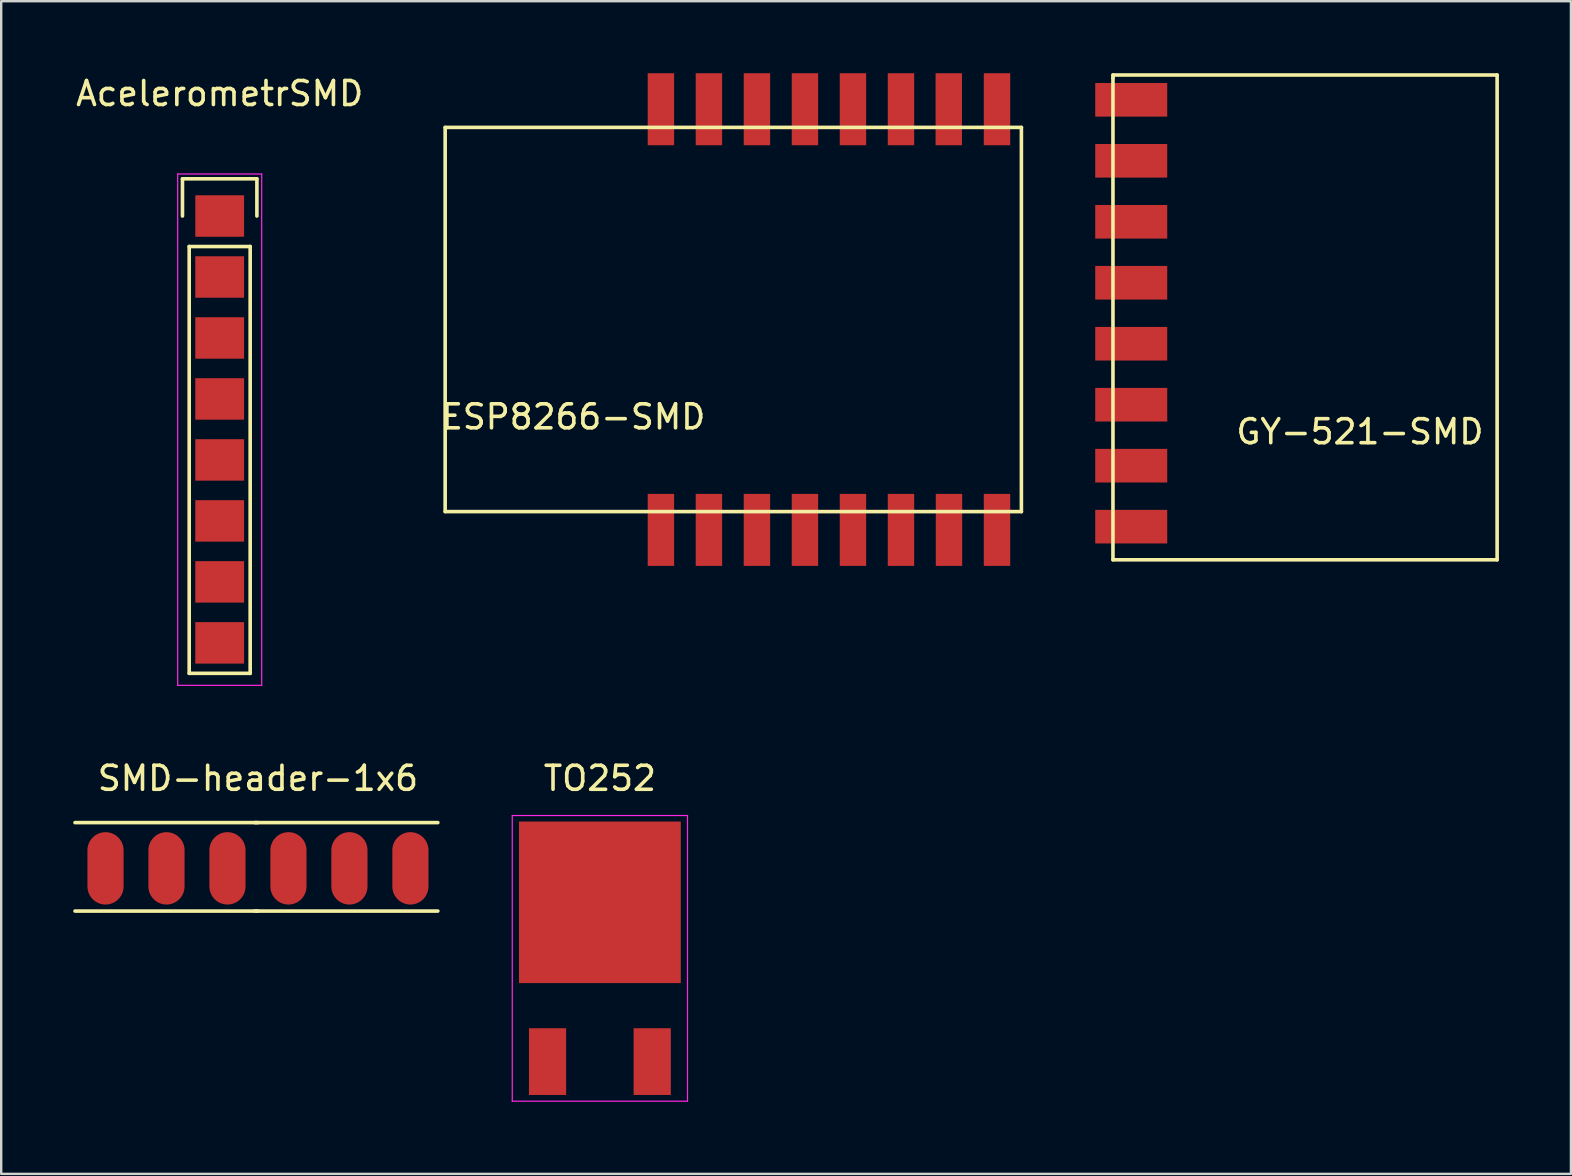
<source format=kicad_pcb>
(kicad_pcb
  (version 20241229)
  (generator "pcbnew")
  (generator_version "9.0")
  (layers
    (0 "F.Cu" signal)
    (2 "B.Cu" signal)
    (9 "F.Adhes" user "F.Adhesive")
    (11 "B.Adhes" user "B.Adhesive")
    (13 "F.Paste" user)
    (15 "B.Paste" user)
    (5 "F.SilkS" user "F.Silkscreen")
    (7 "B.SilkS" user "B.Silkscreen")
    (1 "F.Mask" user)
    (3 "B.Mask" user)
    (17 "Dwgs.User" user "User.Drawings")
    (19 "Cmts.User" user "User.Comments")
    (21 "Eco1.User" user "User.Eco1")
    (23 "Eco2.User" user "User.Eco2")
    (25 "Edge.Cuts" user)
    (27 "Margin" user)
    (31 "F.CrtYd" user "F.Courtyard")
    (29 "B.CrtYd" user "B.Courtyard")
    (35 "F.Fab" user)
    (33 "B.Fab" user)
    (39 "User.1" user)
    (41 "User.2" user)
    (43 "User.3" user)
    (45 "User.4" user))
  (footprint "GY-521-SMD"
    (layer "F.Cu")
    (at 51.311 10.108)
    (property "Reference" "GY-521-SMD" (at 2.286 4.826 0) (layer "F.SilkS") (effects (font (size 1 1) (thickness 0.15))))
    (attr through_hole)
    (fp_line (start -8.001 -10.033) (end 8.001 -10.033) (stroke (width 0.15) (type solid)) (layer "F.SilkS"))
    (fp_line (start -8.001 -9.906) (end -8.001 -10.033) (stroke (width 0.15) (type solid)) (layer "F.SilkS"))
    (fp_line (start -8.001 10.16) (end -8.001 -9.906) (stroke (width 0.15) (type solid)) (layer "F.SilkS"))
    (fp_line (start 8.001 -10.033) (end 8.001 10.16) (stroke (width 0.15) (type solid)) (layer "F.SilkS"))
    (fp_line (start 8.001 10.16) (end -8.001 10.16) (stroke (width 0.15) (type solid)) (layer "F.SilkS"))
    (pad "1" smd rect (at -7.24 -9) (size 3 1.4) (layers "F.Cu" "F.Mask" "F.Paste"))
    (pad "2" smd rect (at -7.24 -6.46) (size 3 1.4) (layers "F.Cu" "F.Mask" "F.Paste"))
    (pad "3" smd rect (at -7.24 -3.92) (size 3 1.4) (layers "F.Cu" "F.Mask" "F.Paste"))
    (pad "4" smd rect (at -7.24 -1.38) (size 3 1.4) (layers "F.Cu" "F.Mask" "F.Paste"))
    (pad "5" smd rect (at -7.24 1.16) (size 3 1.4) (layers "F.Cu" "F.Mask" "F.Paste"))
    (pad "6" smd rect (at -7.24 3.7) (size 3 1.4) (layers "F.Cu" "F.Mask" "F.Paste"))
    (pad "7" smd rect (at -7.24 6.24) (size 3 1.4) (layers "F.Cu" "F.Mask" "F.Paste"))
    (pad "8" smd rect (at -7.24 8.78) (size 3 1.4) (layers "F.Cu" "F.Mask" "F.Paste")))
  (footprint "AcelerometrSMD"
    (layer "F.Cu")
    (at 6.101 5.948)
    (property "Reference" "AcelerometrSMD" (at 0 -5.1 0) (layer "F.SilkS") (effects (font (size 1 1) (thickness 0.15))))
    (attr through_hole)
    (fp_line (start -1.55 -1.55) (end 1.55 -1.55) (stroke (width 0.15) (type solid)) (layer "F.SilkS"))
    (fp_line (start -1.55 0) (end -1.55 -1.55) (stroke (width 0.15) (type solid)) (layer "F.SilkS"))
    (fp_line (start -1.27 19.05) (end -1.27 1.27) (stroke (width 0.15) (type solid)) (layer "F.SilkS"))
    (fp_line (start 1.27 1.27) (end -1.27 1.27) (stroke (width 0.15) (type solid)) (layer "F.SilkS"))
    (fp_line (start 1.27 1.27) (end 1.27 19.05) (stroke (width 0.15) (type solid)) (layer "F.SilkS"))
    (fp_line (start 1.27 19.05) (end -1.27 19.05) (stroke (width 0.15) (type solid)) (layer "F.SilkS"))
    (fp_line (start 1.55 -1.55) (end 1.55 0) (stroke (width 0.15) (type solid)) (layer "F.SilkS"))
    (fp_line (start -1.75 -1.75) (end -1.75 19.55) (stroke (width 0.05) (type solid)) (layer "F.CrtYd"))
    (fp_line (start -1.75 -1.75) (end 1.75 -1.75) (stroke (width 0.05) (type solid)) (layer "F.CrtYd"))
    (fp_line (start -1.75 19.55) (end 1.75 19.55) (stroke (width 0.05) (type solid)) (layer "F.CrtYd"))
    (fp_line (start 1.75 -1.75) (end 1.75 19.55) (stroke (width 0.05) (type solid)) (layer "F.CrtYd"))
    (pad "1" smd rect (at 0 0) (size 2.032 1.727) (layers "F.Cu" "F.Mask" "F.Paste"))
    (pad "2" smd rect (at 0 2.54) (size 2.032 1.727) (layers "F.Cu" "F.Mask" "F.Paste"))
    (pad "3" smd rect (at 0 5.08) (size 2.032 1.727) (layers "F.Cu" "F.Mask" "F.Paste"))
    (pad "4" smd rect (at 0 7.62) (size 2.032 1.727) (layers "F.Cu" "F.Mask" "F.Paste"))
    (pad "5" smd rect (at 0 10.16) (size 2.032 1.727) (layers "F.Cu" "F.Mask" "F.Paste"))
    (pad "6" smd rect (at 0 12.7) (size 2.032 1.727) (layers "F.Cu" "F.Mask" "F.Paste"))
    (pad "7" smd rect (at 0 15.24) (size 2.032 1.727) (layers "F.Cu" "F.Mask" "F.Paste"))
    (pad "8" smd rect (at 0 17.78) (size 2.032 1.727) (layers "F.Cu" "F.Mask" "F.Paste")))
  (footprint "ESP8266-SMD"
    (layer "F.Cu")
    (at 15.493 18.26)
    (property "Reference" "ESP8266-SMD" (at 5.334 -3.945 0) (layer "F.SilkS") (effects (font (size 1 1) (thickness 0.15))))
    (attr through_hole)
    (fp_line (start 0 -16.002) (end 0 0) (stroke (width 0.15) (type solid)) (layer "F.SilkS"))
    (fp_line (start 0 0) (end 24.003 0) (stroke (width 0.15) (type solid)) (layer "F.SilkS"))
    (fp_line (start 24.003 -16.002) (end 0 -16.002) (stroke (width 0.15) (type solid)) (layer "F.SilkS"))
    (fp_line (start 24.003 0) (end 24.003 -16.002) (stroke (width 0.15) (type solid)) (layer "F.SilkS"))
    (pad "1" smd rect (at 8.987 0.762) (size 1.1 3) (layers "F.Cu" "F.Mask" "F.Paste"))
    (pad "2" smd rect (at 10.987 0.762) (size 1.1 3) (layers "F.Cu" "F.Mask" "F.Paste"))
    (pad "3" smd rect (at 12.987 0.762) (size 1.1 3) (layers "F.Cu" "F.Mask" "F.Paste"))
    (pad "4" smd rect (at 14.987 0.762) (size 1.1 3) (layers "F.Cu" "F.Mask" "F.Paste"))
    (pad "5" smd rect (at 16.987 0.762) (size 1.1 3) (layers "F.Cu" "F.Mask" "F.Paste"))
    (pad "6" smd rect (at 18.987 0.762) (size 1.1 3) (layers "F.Cu" "F.Mask" "F.Paste"))
    (pad "7" smd rect (at 20.987 0.762) (size 1.1 3) (layers "F.Cu" "F.Mask" "F.Paste"))
    (pad "8" smd rect (at 22.987 0.762) (size 1.1 3) (layers "F.Cu" "F.Mask" "F.Paste"))
    (pad "9" smd rect (at 22.987 -16.76) (size 1.1 3) (layers "F.Cu" "F.Mask" "F.Paste"))
    (pad "10" smd rect (at 20.978 -16.76) (size 1.1 3) (layers "F.Cu" "F.Mask" "F.Paste"))
    (pad "11" smd rect (at 18.987 -16.76) (size 1.1 3) (layers "F.Cu" "F.Mask" "F.Paste"))
    (pad "12" smd rect (at 16.987 -16.76) (size 1.1 3) (layers "F.Cu" "F.Mask" "F.Paste"))
    (pad "13" smd rect (at 14.987 -16.76) (size 1.1 3) (layers "F.Cu" "F.Mask" "F.Paste"))
    (pad "14" smd rect (at 12.987 -16.76) (size 1.1 3) (layers "F.Cu" "F.Mask" "F.Paste"))
    (pad "15" smd rect (at 10.987 -16.76) (size 1.1 3) (layers "F.Cu" "F.Mask" "F.Paste"))
    (pad "16" smd rect (at 8.987 -16.76) (size 1.1 3) (layers "F.Cu" "F.Mask" "F.Paste")))
  (footprint "SMD-header-1x6"
    (layer "F.Cu")
    (at 7.695 33.121)
    (property "Reference" "SMD-header-1x6" (at 0 -3.75 0) (layer "F.SilkS") (effects (font (size 1 1) (thickness 0.15))))
    (attr exclude_from_pos_files exclude_from_bom)
    (fp_line (start -0.127 -1.905) (end 7.493 -1.905) (stroke (width 0.15) (type solid)) (layer "F.SilkS"))
    (fp_line (start -0.127 1.778) (end 7.493 1.778) (stroke (width 0.15) (type solid)) (layer "F.SilkS"))
    (fp_line (start 0 -1.905) (end -7.62 -1.905) (stroke (width 0.15) (type solid)) (layer "F.SilkS"))
    (fp_line (start 0 1.778) (end -7.62 1.778) (stroke (width 0.15) (type solid)) (layer "F.SilkS"))
    (pad "1" smd oval (at -6.35 0) (size 1.506 3.015) (layers "F.Cu" "F.Mask" "F.Paste"))
    (pad "2" smd oval (at -3.81 0) (size 1.506 3.015) (layers "F.Cu" "F.Mask" "F.Paste"))
    (pad "3" smd oval (at -1.27 0) (size 1.506 3.015) (layers "F.Cu" "F.Mask" "F.Paste"))
    (pad "4" smd oval (at 1.27 0) (size 1.506 3.015) (layers "F.Cu" "F.Mask" "F.Paste"))
    (pad "5" smd oval (at 3.81 0) (size 1.506 3.015) (layers "F.Cu" "F.Mask" "F.Paste"))
    (pad "6" smd oval (at 6.35 0) (size 1.506 3.015) (layers "F.Cu" "F.Mask" "F.Paste")))
  (footprint "TO252"
    (layer "F.Cu")
    (at 21.938 36.871)
    (property "Reference" "TO252" (at 0 -7.5 0) (layer "F.SilkS") (effects (font (size 1 1) (thickness 0.15))))
    (attr smd)
    (fp_line (start -3.65 -5.95) (end 3.65 -5.95) (stroke (width 0.05) (type solid)) (layer "F.CrtYd"))
    (fp_line (start -3.65 5.95) (end -3.65 -5.95) (stroke (width 0.05) (type solid)) (layer "F.CrtYd"))
    (fp_line (start 3.65 -5.95) (end 3.65 5.95) (stroke (width 0.05) (type solid)) (layer "F.CrtYd"))
    (fp_line (start 3.65 5.95) (end -3.65 5.95) (stroke (width 0.05) (type solid)) (layer "F.CrtYd"))
    (pad "1" smd rect (at -2.18 4.3) (size 1.55 2.78) (layers "F.Cu" "F.Mask" "F.Paste"))
    (pad "2" smd rect (at 0 -2.335) (size 6.74 6.73) (layers "F.Cu" "F.Mask" "F.Paste"))
    (pad "3" smd rect (at 2.18 4.3) (size 1.55 2.78) (layers "F.Cu" "F.Mask" "F.Paste")))
  (gr_rect
    (start -3 -3)
    (end 62.387 45.846)
    (stroke (width 0.1) (type default))
    (fill no)
    (layer "Edge.Cuts")))
</source>
